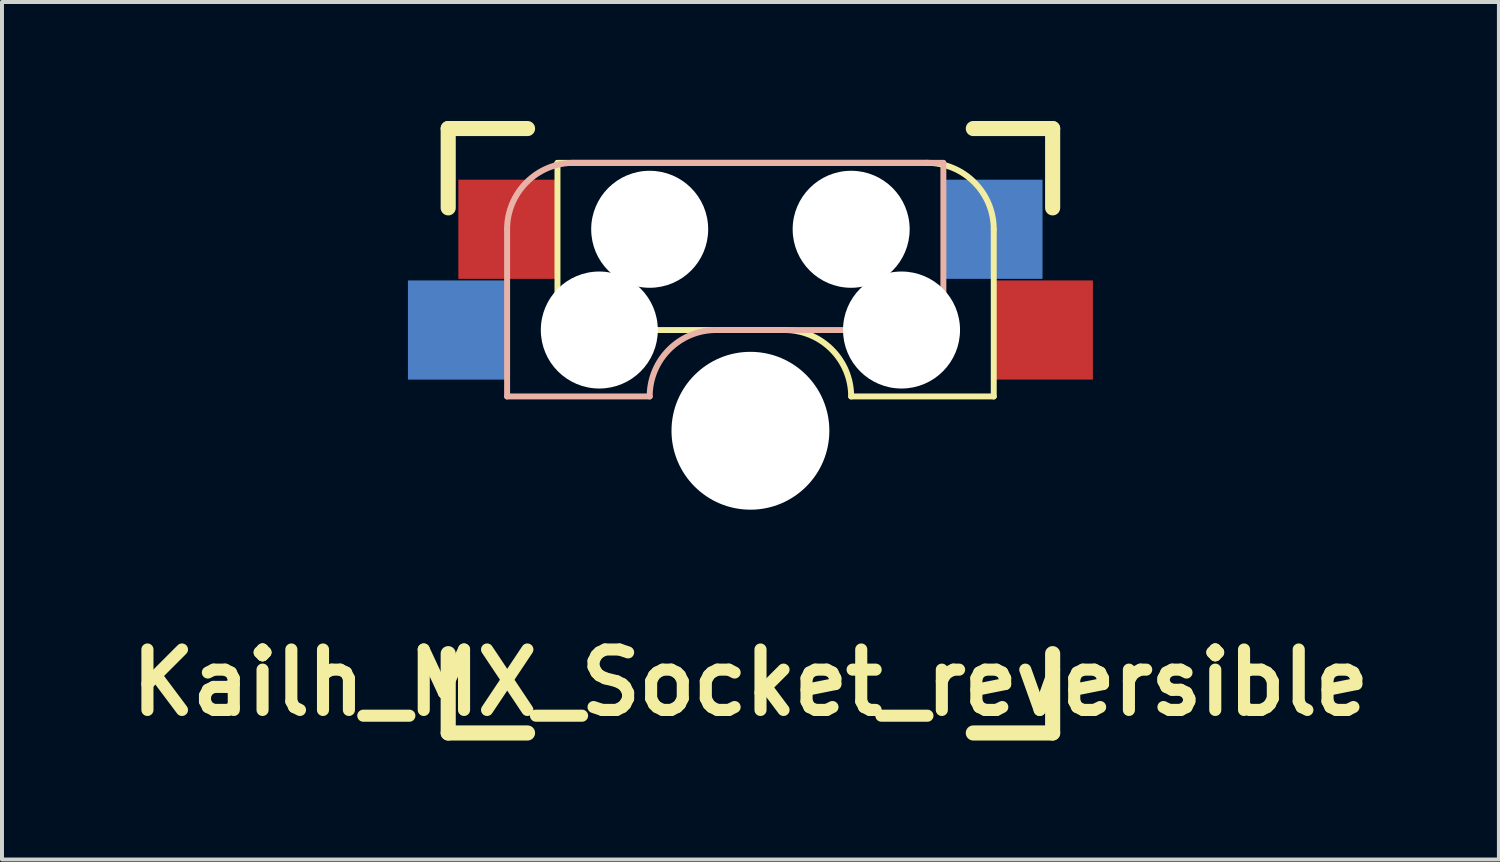
<source format=kicad_pcb>
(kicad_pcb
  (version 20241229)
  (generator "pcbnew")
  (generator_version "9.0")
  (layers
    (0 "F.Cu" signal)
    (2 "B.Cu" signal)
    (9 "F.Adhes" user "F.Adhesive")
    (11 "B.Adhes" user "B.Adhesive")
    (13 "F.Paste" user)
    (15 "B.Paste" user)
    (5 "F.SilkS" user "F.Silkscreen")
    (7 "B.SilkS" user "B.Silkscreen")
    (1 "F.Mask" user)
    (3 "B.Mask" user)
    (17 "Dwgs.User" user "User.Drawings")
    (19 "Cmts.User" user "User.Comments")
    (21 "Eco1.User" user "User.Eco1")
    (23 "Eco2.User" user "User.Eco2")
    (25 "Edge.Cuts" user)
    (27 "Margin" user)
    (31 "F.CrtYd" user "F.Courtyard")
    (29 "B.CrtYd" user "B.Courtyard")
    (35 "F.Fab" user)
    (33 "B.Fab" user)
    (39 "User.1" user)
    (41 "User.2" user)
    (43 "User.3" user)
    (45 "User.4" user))
  (footprint "Kailh_MX_Socket_reversible"
    (layer "F.Cu")
    (at 15.871 7.811)
    (property "Reference" "Kailh_MX_Socket_reversible" (at 0 6.35 0) (layer "F.SilkS") (effects (font (size 1.524 1.524) (thickness 0.305))))
    (attr through_hole)
    (fp_line (start -7.62 -7.62) (end -5.62 -7.62) (stroke (width 0.381) (type solid)) (layer "F.SilkS"))
    (fp_line (start -7.62 -5.62) (end -7.62 -7.62) (stroke (width 0.381) (type solid)) (layer "F.SilkS"))
    (fp_line (start -7.62 5.62) (end -7.62 7.62) (stroke (width 0.381) (type solid)) (layer "F.SilkS"))
    (fp_line (start -7.62 7.62) (end -5.62 7.62) (stroke (width 0.381) (type solid)) (layer "F.SilkS"))
    (fp_line (start -4.865 -6.75) (end -4.865 -2.54) (stroke (width 0.15) (type solid)) (layer "F.SilkS"))
    (fp_line (start 0.865 -2.54) (end -4.865 -2.54) (stroke (width 0.15) (type solid)) (layer "F.SilkS"))
    (fp_line (start 4.46 -6.755) (end -4.865 -6.755) (stroke (width 0.15) (type solid)) (layer "F.SilkS"))
    (fp_line (start 5.62 -7.62) (end 7.62 -7.62) (stroke (width 0.381) (type solid)) (layer "F.SilkS"))
    (fp_line (start 5.62 7.62) (end 7.62 7.62) (stroke (width 0.381) (type solid)) (layer "F.SilkS"))
    (fp_line (start 6.135 -5.08) (end 6.135 -0.865) (stroke (width 0.15) (type solid)) (layer "F.SilkS"))
    (fp_line (start 6.135 -0.865) (end 2.54 -0.865) (stroke (width 0.15) (type solid)) (layer "F.SilkS"))
    (fp_line (start 7.62 -7.62) (end 7.62 -5.62) (stroke (width 0.381) (type solid)) (layer "F.SilkS"))
    (fp_line (start 7.62 5.62) (end 7.62 7.62) (stroke (width 0.381) (type solid)) (layer "F.SilkS"))
    (fp_arc (start 0.865 -2.54) (mid 2.049404 -2.049404) (end 2.54 -0.865) (stroke (width 0.15) (type solid)) (layer "F.SilkS"))
    (fp_arc (start 4.46 -6.755) (mid 5.644404 -6.264404) (end 6.135 -5.08) (stroke (width 0.15) (type solid)) (layer "F.SilkS"))
    (fp_line (start -6.135 -5.08) (end -6.135 -0.865) (stroke (width 0.15) (type solid)) (layer "B.SilkS"))
    (fp_line (start -6.135 -0.865) (end -2.54 -0.865) (stroke (width 0.15) (type solid)) (layer "B.SilkS"))
    (fp_line (start -4.46 -6.755) (end 4.865 -6.755) (stroke (width 0.15) (type solid)) (layer "B.SilkS"))
    (fp_line (start -0.865 -2.54) (end 4.865 -2.54) (stroke (width 0.15) (type solid)) (layer "B.SilkS"))
    (fp_line (start 4.865 -6.75) (end 4.865 -2.54) (stroke (width 0.15) (type solid)) (layer "B.SilkS"))
    (fp_arc (start -6.135 -5.08) (mid -5.644404 -6.264404) (end -4.46 -6.755) (stroke (width 0.15) (type solid)) (layer "B.SilkS"))
    (fp_arc (start -2.54 -0.865) (mid -2.049404 -2.049404) (end -0.865 -2.54) (stroke (width 0.15) (type solid)) (layer "B.SilkS"))
    (pad "" np_thru_hole circle (at -3.81 -2.54) (size 2.95 2.95) (drill 2.95) (layers "*.Cu" "*.Mask"))
    (pad "" np_thru_hole circle (at -2.54 -5.08) (size 2.95 2.95) (drill 2.95) (layers "*.Cu" "*.Mask"))
    (pad "" np_thru_hole circle (at 0 0) (size 3.98 3.98) (drill 3.98) (layers "*.Cu" "*.Mask"))
    (pad "" np_thru_hole circle (at 2.54 -5.08) (size 2.95 2.95) (drill 2.95) (layers "*.Cu" "*.Mask"))
    (pad "" np_thru_hole circle (at 3.81 -2.54) (size 2.95 2.95) (drill 2.95) (layers "*.Cu" "*.Mask"))
    (pad "1" smd rect (at -7.36 -2.54) (size 2.55 2.5) (layers "B.Cu" "B.Mask" "B.Paste"))
    (pad "1" smd rect (at 7.36 -2.54) (size 2.55 2.5) (layers "F.Cu" "F.Mask" "F.Paste"))
    (pad "2" smd rect (at -6.09 -5.08) (size 2.55 2.5) (layers "F.Cu" "F.Mask" "F.Paste"))
    (pad "2" smd rect (at 6.09 -5.08) (size 2.55 2.5) (layers "B.Cu" "B.Mask" "B.Paste")))
  (gr_rect
    (start -3 -3)
    (end 34.743 18.621)
    (stroke (width 0.1) (type default))
    (fill no)
    (layer "Edge.Cuts")))
</source>
